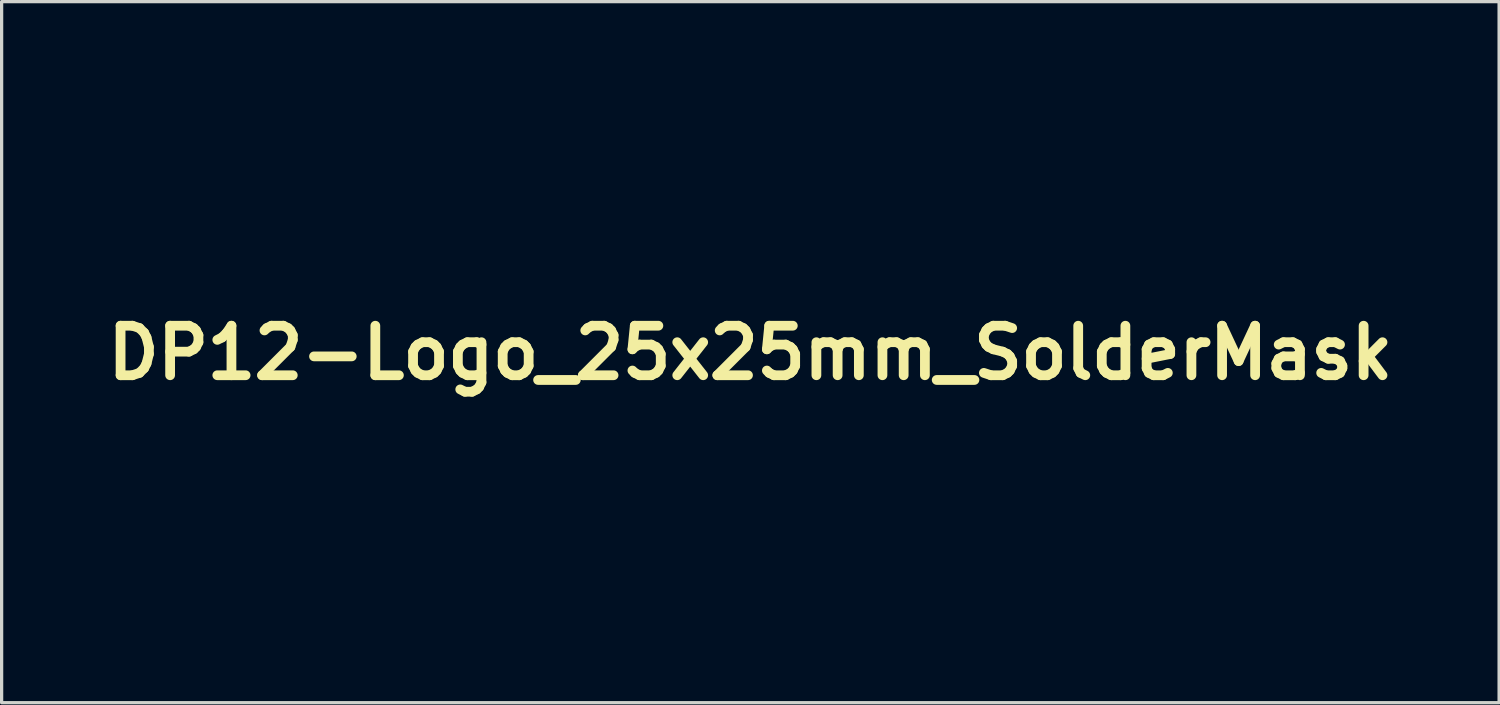
<source format=kicad_pcb>
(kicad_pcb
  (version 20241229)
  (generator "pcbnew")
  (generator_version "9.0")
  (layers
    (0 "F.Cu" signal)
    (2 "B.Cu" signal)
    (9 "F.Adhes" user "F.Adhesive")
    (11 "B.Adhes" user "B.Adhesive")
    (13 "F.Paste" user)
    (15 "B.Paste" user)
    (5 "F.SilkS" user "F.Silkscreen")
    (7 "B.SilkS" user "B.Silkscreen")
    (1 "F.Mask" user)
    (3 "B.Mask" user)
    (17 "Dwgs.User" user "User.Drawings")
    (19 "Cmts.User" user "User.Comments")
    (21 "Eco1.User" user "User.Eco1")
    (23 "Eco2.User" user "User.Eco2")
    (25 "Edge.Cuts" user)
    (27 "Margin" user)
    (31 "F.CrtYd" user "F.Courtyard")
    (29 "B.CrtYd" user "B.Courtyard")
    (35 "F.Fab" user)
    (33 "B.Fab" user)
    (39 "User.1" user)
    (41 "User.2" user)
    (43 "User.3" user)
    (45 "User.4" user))
  (footprint "DP12-Logo_25x25mm_SolderMask"
    (layer "F.Cu")
    (at 20.037 7.806)
    (property "Reference" "DP12-Logo_25x25mm_SolderMask" (at 0 0 0) (layer "F.SilkS") (effects (font (size 1.524 1.524) (thickness 0.3))))
    (attr through_hole)
    (fp_poly (pts (xy 8.439 -6.664) (xy 8.467 -6.524) (xy 8.491 -6.411) (xy 8.596 -6.386) (xy 8.734 -6.408) (xy 8.898 -6.427) (xy 8.964 -6.379) (xy 8.942 -6.235) (xy 8.849 -5.992) (xy 8.847 -5.868) (xy 8.983 -5.77) (xy 9.03 -5.751) (xy 9.235 -5.664) (xy 9.524 -5.534) (xy 9.779 -5.416) (xy 10.096 -5.28) (xy 10.399 -5.169) (xy 10.583 -5.118) (xy 10.854 -5.045) (xy 11.091 -4.95) (xy 11.091 -4.95) (xy 11.187 -4.893) (xy 11.175 -4.866) (xy 11.037 -4.866) (xy 10.76 -4.888) (xy 10.467 -4.909) (xy 10.31 -4.903) (xy 10.257 -4.863) (xy 10.267 -4.804) (xy 10.278 -4.72) (xy 10.188 -4.713) (xy 10.058 -4.746) (xy 9.844 -4.79) (xy 9.527 -4.836) (xy 9.174 -4.873) (xy 9.153 -4.875) (xy 8.752 -4.929) (xy 8.391 -5.014) (xy 8.179 -5.094) (xy 7.85 -5.259) (xy 7.587 -5.013) (xy 7.354 -4.814) (xy 7.069 -4.596) (xy 6.943 -4.507) (xy 6.763 -4.363) (xy 6.49 -4.119) (xy 6.149 -3.797) (xy 5.763 -3.421) (xy 5.354 -3.015) (xy 4.947 -2.602) (xy 4.564 -2.204) (xy 4.228 -1.846) (xy 3.964 -1.551) (xy 3.819 -1.376) (xy 3.618 -1.166) (xy 3.416 -1.037) (xy 3.248 -1) (xy 3.147 -1.066) (xy 3.133 -1.143) (xy 3.091 -1.258) (xy 2.976 -1.229) (xy 2.844 -1.109) (xy 2.667 -0.966) (xy 2.536 -0.906) (xy 2.425 -0.895) (xy 2.437 -0.979) (xy 2.462 -1.029) (xy 2.551 -1.149) (xy 2.733 -1.363) (xy 2.985 -1.644) (xy 3.282 -1.964) (xy 3.375 -2.063) (xy 3.732 -2.446) (xy 4.1 -2.855) (xy 4.435 -3.239) (xy 4.696 -3.553) (xy 4.703 -3.561) (xy 5.009 -3.93) (xy 5.366 -4.343) (xy 5.709 -4.721) (xy 5.778 -4.794) (xy 6.021 -5.053) (xy 6.213 -5.266) (xy 6.328 -5.402) (xy 6.35 -5.436) (xy 6.277 -5.483) (xy 6.094 -5.556) (xy 5.99 -5.59) (xy 5.766 -5.664) (xy 5.621 -5.717) (xy 5.597 -5.729) (xy 5.601 -5.804) (xy 5.702 -5.906) (xy 5.844 -5.99) (xy 5.937 -6.011) (xy 6.077 -6.05) (xy 6.066 -6.161) (xy 5.99 -6.254) (xy 5.937 -6.356) (xy 6.022 -6.462) (xy 6.054 -6.486) (xy 6.307 -6.626) (xy 6.564 -6.647) (xy 6.873 -6.551) (xy 7.014 -6.484) (xy 7.328 -6.337) (xy 7.544 -6.282) (xy 7.711 -6.321) (xy 7.875 -6.456) (xy 7.947 -6.533) (xy 8.152 -6.705) (xy 8.326 -6.749) (xy 8.439 -6.664)) (stroke (width 0.01) (type solid)) (fill yes) (layer "F.Mask"))
    (fp_poly (pts (xy -1.979 0.862) (xy -1.853 0.953) (xy -1.824 1.129) (xy -1.804 1.296) (xy -1.718 1.334) (xy -1.676 1.326) (xy -1.55 1.304) (xy -1.524 1.311) (xy -1.572 1.465) (xy -1.696 1.699) (xy -1.865 1.963) (xy -2.046 2.206) (xy -2.141 2.313) (xy -2.32 2.526) (xy -2.434 2.715) (xy -2.455 2.795) (xy -2.501 2.937) (xy -2.623 3.17) (xy -2.796 3.449) (xy -2.836 3.509) (xy -3.016 3.785) (xy -3.15 4.017) (xy -3.215 4.162) (xy -3.217 4.179) (xy -3.244 4.334) (xy -3.308 4.553) (xy -3.311 4.561) (xy -3.401 4.748) (xy -3.534 4.815) (xy -3.671 4.817) (xy -3.955 4.829) (xy -4.184 4.869) (xy -4.351 4.903) (xy -4.395 4.863) (xy -4.371 4.782) (xy -4.363 4.629) (xy -4.406 4.57) (xy -4.426 4.463) (xy -4.318 4.246) (xy -4.282 4.192) (xy -4.147 3.945) (xy -4.071 3.713) (xy -4.065 3.65) (xy -4.073 3.544) (xy -4.113 3.522) (xy -4.209 3.597) (xy -4.383 3.781) (xy -4.467 3.873) (xy -4.724 4.124) (xy -4.997 4.336) (xy -5.203 4.453) (xy -5.468 4.601) (xy -5.743 4.814) (xy -5.838 4.906) (xy -6.024 5.092) (xy -6.159 5.173) (xy -6.306 5.174) (xy -6.449 5.139) (xy -6.679 5.038) (xy -6.799 4.906) (xy -6.801 4.897) (xy -6.91 4.768) (xy -7.019 4.741) (xy -7.161 4.706) (xy -7.197 4.653) (xy -7.15 4.486) (xy -7.035 4.25) (xy -6.888 4.011) (xy -6.746 3.832) (xy -6.703 3.794) (xy -6.47 3.529) (xy -6.368 3.168) (xy -6.365 3.027) (xy -6.325 2.754) (xy -6.166 2.473) (xy -6.113 2.403) (xy -5.918 2.113) (xy -5.752 1.789) (xy -5.715 1.696) (xy -5.571 1.379) (xy -5.393 1.122) (xy -5.213 0.963) (xy -5.111 0.931) (xy -4.986 0.998) (xy -4.917 1.089) (xy -4.782 1.207) (xy -4.618 1.207) (xy -4.421 1.215) (xy -4.343 1.322) (xy -4.389 1.502) (xy -4.551 1.72) (xy -4.836 2.073) (xy -4.976 2.38) (xy -4.995 2.539) (xy -5.034 2.739) (xy -5.127 2.972) (xy -5.129 2.975) (xy -5.208 3.158) (xy -5.228 3.265) (xy -5.225 3.27) (xy -5.126 3.261) (xy -4.927 3.178) (xy -4.666 3.042) (xy -4.383 2.875) (xy -4.117 2.699) (xy -3.923 2.549) (xy -3.488 2.165) (xy -3.144 1.843) (xy -2.847 1.542) (xy -2.836 1.531) (xy -2.531 1.215) (xy -2.312 1.01) (xy -2.155 0.897) (xy -2.037 0.858) (xy -1.979 0.862)) (stroke (width 0.01) (type solid)) (fill yes) (layer "F.Mask"))
    (fp_poly (pts (xy -3.253 -7.138) (xy -3.181 -7.114) (xy -2.959 -7.024) (xy -2.888 -6.936) (xy -2.95 -6.822) (xy -2.98 -6.79) (xy -3.03 -6.708) (xy -2.938 -6.689) (xy -2.815 -6.663) (xy -2.794 -6.637) (xy -2.844 -6.534) (xy -2.977 -6.331) (xy -3.171 -6.062) (xy -3.402 -5.757) (xy -3.646 -5.45) (xy -3.812 -5.249) (xy -4.037 -4.968) (xy -4.237 -4.689) (xy -4.359 -4.487) (xy -4.545 -4.155) (xy -4.777 -3.786) (xy -5.023 -3.423) (xy -5.254 -3.113) (xy -5.438 -2.899) (xy -5.46 -2.879) (xy -5.743 -2.554) (xy -5.882 -2.214) (xy -5.895 -1.805) (xy -5.887 -1.724) (xy -5.859 -1.463) (xy -5.868 -1.327) (xy -5.927 -1.277) (xy -6.026 -1.269) (xy -6.265 -1.248) (xy -6.392 -1.223) (xy -6.586 -1.236) (xy -6.752 -1.314) (xy -6.891 -1.471) (xy -6.941 -1.71) (xy -6.943 -1.783) (xy -6.959 -1.993) (xy -7.001 -2.109) (xy -7.017 -2.117) (xy -7.127 -2.078) (xy -7.33 -1.98) (xy -7.481 -1.899) (xy -7.757 -1.772) (xy -7.973 -1.725) (xy -8.03 -1.732) (xy -8.229 -1.741) (xy -8.41 -1.699) (xy -8.672 -1.675) (xy -8.972 -1.753) (xy -9.235 -1.91) (xy -9.309 -1.985) (xy -9.451 -2.095) (xy -9.529 -2.117) (xy -9.714 -2.193) (xy -9.849 -2.392) (xy -9.906 -2.666) (xy -9.906 -2.683) (xy -9.888 -2.771) (xy -8.667 -2.771) (xy -8.661 -2.677) (xy -8.525 -2.629) (xy -8.335 -2.635) (xy -8.189 -2.689) (xy -8.17 -2.709) (xy -8.052 -2.778) (xy -7.933 -2.795) (xy -7.724 -2.834) (xy -7.504 -2.922) (xy -7.266 -3.013) (xy -7.06 -3.048) (xy -6.906 -3.078) (xy -6.858 -3.133) (xy -6.927 -3.206) (xy -6.995 -3.217) (xy -7.085 -3.24) (xy -7.037 -3.332) (xy -7.027 -3.344) (xy -6.978 -3.432) (xy -7.053 -3.467) (xy -7.181 -3.471) (xy -7.381 -3.496) (xy -7.493 -3.556) (xy -7.47 -3.626) (xy -7.392 -3.643) (xy -7.224 -3.678) (xy -6.982 -3.764) (xy -6.879 -3.808) (xy -6.625 -3.967) (xy -6.516 -4.135) (xy -6.558 -4.29) (xy -6.737 -4.405) (xy -6.975 -4.437) (xy -7.22 -4.339) (xy -7.5 -4.1) (xy -7.548 -4.05) (xy -7.727 -3.894) (xy -7.884 -3.813) (xy -7.908 -3.81) (xy -8.026 -3.747) (xy -8.043 -3.686) (xy -8.111 -3.551) (xy -8.212 -3.471) (xy -8.341 -3.355) (xy -8.48 -3.165) (xy -8.598 -2.952) (xy -8.667 -2.771) (xy -9.888 -2.771) (xy -9.829 -3.048) (xy -9.621 -3.406) (xy -9.315 -3.714) (xy -9.063 -3.871) (xy -8.774 -4.041) (xy -8.458 -4.267) (xy -8.297 -4.4) (xy -7.696 -4.84) (xy -7.053 -5.116) (xy -6.388 -5.231) (xy -6.012 -5.237) (xy -5.768 -5.186) (xy -5.622 -5.056) (xy -5.54 -4.822) (xy -5.508 -4.628) (xy -5.461 -4.276) (xy -5.216 -4.699) (xy -5.032 -4.986) (xy -4.834 -5.25) (xy -4.735 -5.36) (xy -4.581 -5.544) (xy -4.381 -5.825) (xy -4.171 -6.149) (xy -4.111 -6.249) (xy -3.876 -6.642) (xy -3.707 -6.91) (xy -3.582 -7.074) (xy -3.479 -7.153) (xy -3.376 -7.167) (xy -3.253 -7.138)) (stroke (width 0.01) (type solid)) (fill yes) (layer "F.Mask"))
    (fp_poly (pts (xy -7.236 -0.198) (xy -7.024 -0.082) (xy -7.006 -0.071) (xy -6.787 0.108) (xy -6.642 0.345) (xy -6.565 0.563) (xy -6.461 0.993) (xy -6.446 1.295) (xy -6.52 1.484) (xy -6.55 1.515) (xy -6.629 1.634) (xy -6.742 1.871) (xy -6.87 2.187) (xy -6.933 2.357) (xy -7.177 2.98) (xy -7.419 3.466) (xy -7.682 3.848) (xy -7.987 4.158) (xy -8.284 4.381) (xy -8.708 4.628) (xy -9.054 4.738) (xy -9.337 4.713) (xy -9.577 4.556) (xy -9.604 4.527) (xy -9.802 4.314) (xy -9.895 4.837) (xy -9.945 5.154) (xy -10.004 5.573) (xy -10.061 6.024) (xy -10.089 6.258) (xy -10.149 6.696) (xy -10.213 7.015) (xy -10.278 7.194) (xy -10.302 7.222) (xy -10.403 7.348) (xy -10.414 7.402) (xy -10.473 7.548) (xy -10.534 7.614) (xy -10.65 7.664) (xy -10.73 7.579) (xy -10.797 7.498) (xy -10.892 7.52) (xy -11.025 7.617) (xy -11.212 7.752) (xy -11.298 7.761) (xy -11.309 7.629) (xy -11.289 7.472) (xy -11.235 7.162) (xy -11.169 6.86) (xy -11.168 6.858) (xy -11.139 6.679) (xy -11.105 6.364) (xy -11.068 5.947) (xy -11.032 5.461) (xy -11.003 4.995) (xy -10.957 4.306) (xy -10.906 3.766) (xy -10.85 3.383) (xy -10.791 3.164) (xy -10.79 3.16) (xy -10.716 2.967) (xy -10.736 2.835) (xy -10.863 2.677) (xy -10.865 2.675) (xy -11.004 2.452) (xy -11.033 2.378) (xy -9.36 2.378) (xy -9.355 2.502) (xy -9.263 2.639) (xy -9.141 2.709) (xy -9.134 2.709) (xy -9.072 2.639) (xy -9.059 2.549) (xy -9.112 2.404) (xy -9.228 2.327) (xy -9.342 2.355) (xy -9.36 2.378) (xy -11.033 2.378) (xy -11.14 2.1) (xy -11.192 1.918) (xy -9.216 1.918) (xy -9.174 2.013) (xy -9.059 2.097) (xy -8.926 2.229) (xy -8.89 2.329) (xy -8.845 2.443) (xy -8.733 2.42) (xy -8.636 2.328) (xy -8.472 2.227) (xy -8.329 2.201) (xy -8.223 2.21) (xy -8.213 2.255) (xy -8.31 2.363) (xy -8.463 2.504) (xy -8.727 2.782) (xy -8.857 3.01) (xy -8.846 3.175) (xy -8.793 3.227) (xy -8.555 3.296) (xy -8.297 3.206) (xy -8.161 3.104) (xy -8.017 2.941) (xy -7.921 2.722) (xy -7.851 2.39) (xy -7.847 2.363) (xy -7.796 1.961) (xy -7.766 1.565) (xy -7.757 1.214) (xy -7.769 0.947) (xy -7.805 0.804) (xy -7.81 0.797) (xy -7.931 0.785) (xy -8.139 0.86) (xy -8.393 0.999) (xy -8.653 1.175) (xy -8.879 1.365) (xy -9.025 1.536) (xy -9.167 1.774) (xy -9.216 1.918) (xy -11.192 1.918) (xy -11.227 1.792) (xy -11.391 1.124) (xy -10.881 0.89) (xy -10.607 0.765) (xy -10.39 0.668) (xy -10.283 0.622) (xy -10.199 0.671) (xy -10.091 0.833) (xy -10.044 0.929) (xy -9.941 1.135) (xy -9.858 1.256) (xy -9.836 1.269) (xy -9.759 1.204) (xy -9.635 1.043) (xy -9.593 0.98) (xy -9.402 0.743) (xy -9.155 0.508) (xy -9.085 0.452) (xy -8.881 0.292) (xy -8.737 0.163) (xy -8.705 0.128) (xy -8.547 -0.096) (xy -8.434 -0.202) (xy -8.32 -0.216) (xy -8.168 -0.168) (xy -7.907 -0.115) (xy -7.618 -0.17) (xy -7.616 -0.171) (xy -7.405 -0.223) (xy -7.236 -0.198)) (stroke (width 0.01) (type solid)) (fill yes) (layer "F.Mask"))
    (fp_poly (pts (xy 7.13 -2.94) (xy 7.18 -2.843) (xy 7.196 -2.63) (xy 7.197 -2.54) (xy 7.211 -2.256) (xy 7.259 -2.134) (xy 7.345 -2.169) (xy 7.437 -2.296) (xy 7.549 -2.414) (xy 7.639 -2.385) (xy 7.672 -2.265) (xy 7.615 -2.04) (xy 7.548 -1.873) (xy 7.445 -1.609) (xy 7.379 -1.393) (xy 7.366 -1.311) (xy 7.315 -1.169) (xy 7.186 -0.959) (xy 7.08 -0.819) (xy 6.906 -0.561) (xy 6.785 -0.301) (xy 6.756 -0.191) (xy 6.739 -0.004) (xy 6.747 0.084) (xy 6.749 0.085) (xy 6.836 0.05) (xy 7.02 -0.038) (xy 7.112 -0.085) (xy 7.377 -0.192) (xy 7.626 -0.25) (xy 7.68 -0.253) (xy 7.869 -0.276) (xy 8.165 -0.338) (xy 8.514 -0.427) (xy 8.636 -0.462) (xy 9.067 -0.579) (xy 9.534 -0.694) (xy 9.945 -0.782) (xy 9.984 -0.789) (xy 10.613 -0.907) (xy 10.303 -0.623) (xy 10.04 -0.424) (xy 9.791 -0.344) (xy 9.69 -0.339) (xy 9.358 -0.262) (xy 8.978 -0.036) (xy 8.618 0.275) (xy 8.464 0.39) (xy 8.366 0.423) (xy 8.256 0.463) (xy 8.033 0.571) (xy 7.731 0.73) (xy 7.427 0.898) (xy 6.589 1.373) (xy 6.848 1.64) (xy 7.026 1.847) (xy 7.248 2.136) (xy 7.467 2.445) (xy 7.473 2.455) (xy 7.672 2.734) (xy 7.859 2.938) (xy 8.083 3.111) (xy 8.393 3.294) (xy 8.547 3.377) (xy 8.873 3.554) (xy 9.069 3.675) (xy 9.154 3.758) (xy 9.15 3.819) (xy 9.11 3.857) (xy 8.905 3.921) (xy 8.55 3.923) (xy 8.445 3.915) (xy 8.132 3.874) (xy 7.929 3.807) (xy 7.778 3.689) (xy 7.723 3.628) (xy 7.536 3.467) (xy 7.244 3.321) (xy 6.825 3.175) (xy 6.462 3.05) (xy 6.127 2.908) (xy 5.88 2.777) (xy 5.842 2.751) (xy 5.651 2.62) (xy 5.518 2.546) (xy 5.496 2.54) (xy 5.415 2.597) (xy 5.246 2.749) (xy 5.017 2.97) (xy 4.877 3.111) (xy 4.539 3.484) (xy 4.327 3.789) (xy 4.23 4.022) (xy 4.05 4.619) (xy 3.843 5.101) (xy 3.583 5.52) (xy 3.316 5.849) (xy 2.958 6.266) (xy 2.708 6.597) (xy 2.547 6.87) (xy 2.46 7.101) (xy 2.404 7.232) (xy 2.356 7.236) (xy 2.303 7.099) (xy 2.251 6.911) (xy 2.204 6.749) (xy 2.151 6.735) (xy 2.073 6.826) (xy 1.98 6.92) (xy 1.95 6.867) (xy 1.885 6.723) (xy 1.809 6.648) (xy 1.753 6.587) (xy 1.753 6.498) (xy 1.819 6.351) (xy 1.965 6.118) (xy 2.115 5.895) (xy 2.283 5.623) (xy 2.479 5.264) (xy 2.688 4.852) (xy 2.895 4.42) (xy 3.083 4.002) (xy 3.238 3.63) (xy 3.345 3.339) (xy 3.387 3.161) (xy 3.387 3.155) (xy 3.325 3.056) (xy 3.288 3.048) (xy 3.18 3.105) (xy 2.992 3.254) (xy 2.758 3.462) (xy 2.511 3.696) (xy 2.288 3.924) (xy 2.121 4.114) (xy 2.045 4.232) (xy 2.044 4.233) (xy 1.908 4.478) (xy 1.67 4.63) (xy 1.511 4.657) (xy 1.338 4.63) (xy 1.27 4.568) (xy 1.202 4.506) (xy 1.122 4.505) (xy 1.011 4.453) (xy 0.953 4.272) (xy 0.948 3.996) (xy 0.996 3.657) (xy 1.096 3.297) (xy 1.216 2.919) (xy 1.264 2.677) (xy 1.243 2.559) (xy 1.197 2.54) (xy 1.096 2.59) (xy 0.916 2.717) (xy 0.699 2.887) (xy 0.488 3.064) (xy 0.326 3.214) (xy 0.254 3.303) (xy 0.254 3.307) (xy 0.195 3.412) (xy 0.039 3.595) (xy -0.179 3.821) (xy -0.427 4.06) (xy -0.671 4.279) (xy -0.877 4.446) (xy -1.012 4.528) (xy -1.016 4.53) (xy -1.254 4.62) (xy -1.397 4.695) (xy -1.602 4.783) (xy -1.849 4.842) (xy -2.039 4.86) (xy -2.107 4.808) (xy -2.098 4.65) (xy -2.095 4.632) (xy -2.095 4.437) (xy -2.185 4.348) (xy -2.214 4.339) (xy -2.321 4.301) (xy -2.353 4.24) (xy -2.302 4.125) (xy -2.158 3.928) (xy -2.032 3.768) (xy -1.857 3.535) (xy -1.735 3.347) (xy -1.694 3.255) (xy -1.651 3.14) (xy -1.538 2.936) (xy -1.422 2.747) (xy -1.241 2.454) (xy -1.078 2.162) (xy -1.007 2.022) (xy -0.87 1.762) (xy -0.686 1.464) (xy -0.487 1.17) (xy -0.3 0.923) (xy -0.156 0.764) (xy -0.12 0.737) (xy 0.041 0.73) (xy 0.216 0.835) (xy 0.354 1.008) (xy 0.403 1.185) (xy 0.365 1.403) (xy 0.272 1.658) (xy 0.256 1.693) (xy 0.136 1.991) (xy 0.05 2.305) (xy 0.048 2.316) (xy -0.011 2.642) (xy 0.481 2.292) (xy 0.907 1.977) (xy 1.378 1.607) (xy 1.845 1.223) (xy 2.257 0.865) (xy 2.484 0.656) (xy 2.679 0.479) (xy 2.828 0.364) (xy 2.88 0.339) (xy 2.961 0.405) (xy 3.082 0.57) (xy 3.124 0.64) (xy 3.258 1.014) (xy 3.226 1.386) (xy 3.031 1.742) (xy 2.911 1.872) (xy 2.696 2.131) (xy 2.624 2.345) (xy 2.681 2.483) (xy 2.781 2.475) (xy 2.983 2.392) (xy 3.248 2.255) (xy 3.54 2.086) (xy 3.82 1.904) (xy 4.051 1.733) (xy 4.125 1.668) (xy 4.29 1.506) (xy 4.343 1.412) (xy 4.296 1.341) (xy 4.225 1.289) (xy 4.052 1.167) (xy 4.236 0.971) (xy 4.347 0.808) (xy 4.364 0.683) (xy 4.361 0.679) (xy 4.319 0.475) (xy 4.413 0.284) (xy 4.616 0.154) (xy 4.689 0.134) (xy 4.842 0.087) (xy 4.982 -0.01) (xy 5.138 -0.187) (xy 5.339 -0.472) (xy 5.412 -0.582) (xy 5.631 -0.902) (xy 5.844 -1.189) (xy 6.016 -1.397) (xy 6.066 -1.448) (xy 6.411 -1.856) (xy 6.677 -2.344) (xy 6.77 -2.613) (xy 6.859 -2.852) (xy 6.968 -2.954) (xy 7.031 -2.963) (xy 7.13 -2.94)) (stroke (width 0.01) (type solid)) (fill yes) (layer "F.Mask"))
    (fp_poly (pts (xy 4.84 -7.742) (xy 4.874 -7.565) (xy 4.857 -7.476) (xy 4.868 -7.279) (xy 4.951 -7.085) (xy 5.033 -6.924) (xy 5.044 -6.757) (xy 4.986 -6.511) (xy 4.985 -6.505) (xy 4.859 -6.166) (xy 4.714 -5.93) (xy 4.568 -5.821) (xy 4.503 -5.823) (xy 4.359 -5.801) (xy 4.249 -5.73) (xy 4.063 -5.603) (xy 3.86 -5.506) (xy 3.627 -5.455) (xy 3.521 -5.51) (xy 3.554 -5.651) (xy 3.673 -5.797) (xy 3.84 -6.031) (xy 3.894 -6.32) (xy 3.895 -6.36) (xy 3.884 -6.577) (xy 3.835 -6.668) (xy 3.722 -6.675) (xy 3.711 -6.673) (xy 3.59 -6.613) (xy 3.467 -6.45) (xy 3.324 -6.158) (xy 3.28 -6.054) (xy 3.138 -5.74) (xy 2.999 -5.47) (xy 2.89 -5.3) (xy 2.883 -5.292) (xy 2.776 -5.138) (xy 2.643 -4.906) (xy 2.512 -4.652) (xy 2.412 -4.431) (xy 2.371 -4.297) (xy 2.371 -4.295) (xy 2.439 -4.271) (xy 2.622 -4.314) (xy 2.886 -4.413) (xy 3.197 -4.553) (xy 3.521 -4.72) (xy 3.686 -4.816) (xy 4.078 -5.029) (xy 4.35 -5.126) (xy 4.457 -5.127) (xy 4.648 -5.126) (xy 4.907 -5.179) (xy 4.997 -5.208) (xy 5.288 -5.302) (xy 5.437 -5.324) (xy 5.458 -5.274) (xy 5.368 -5.156) (xy 5.167 -4.979) (xy 4.929 -4.835) (xy 4.705 -4.745) (xy 4.543 -4.734) (xy 4.51 -4.752) (xy 4.388 -4.768) (xy 4.168 -4.66) (xy 4.078 -4.6) (xy 3.833 -4.414) (xy 3.738 -4.295) (xy 3.789 -4.24) (xy 3.864 -4.233) (xy 3.939 -4.206) (xy 3.892 -4.137) (xy 3.757 -4.048) (xy 3.569 -3.96) (xy 3.364 -3.893) (xy 3.26 -3.873) (xy 2.933 -3.805) (xy 2.565 -3.688) (xy 2.204 -3.543) (xy 1.9 -3.39) (xy 1.704 -3.249) (xy 1.685 -3.228) (xy 1.589 -3.063) (xy 1.467 -2.788) (xy 1.342 -2.456) (xy 1.311 -2.367) (xy 1.175 -1.993) (xy 1.044 -1.735) (xy 0.892 -1.544) (xy 0.761 -1.428) (xy 0.442 -1.096) (xy 0.285 -0.744) (xy 0.284 -0.423) (xy 0.302 -0.244) (xy 0.242 -0.176) (xy 0.169 -0.169) (xy -0.011 -0.127) (xy -0.238 -0.022) (xy -0.272 -0.001) (xy -0.455 0.102) (xy -0.547 0.115) (xy -0.6 0.041) (xy -0.608 0.02) (xy -0.659 -0.069) (xy -0.701 -0.009) (xy -0.725 0.064) (xy -0.791 0.215) (xy -0.895 0.233) (xy -0.993 0.199) (xy -1.027 0.12) (xy -0.974 -0.065) (xy -0.845 -0.341) (xy -0.727 -0.59) (xy -0.589 -0.903) (xy -0.448 -1.24) (xy -0.32 -1.559) (xy -0.223 -1.819) (xy -0.173 -1.978) (xy -0.169 -2.001) (xy -0.229 -2.006) (xy -0.383 -1.932) (xy -0.588 -1.807) (xy -0.805 -1.656) (xy -0.992 -1.504) (xy -1.058 -1.44) (xy -1.278 -1.239) (xy -1.52 -1.065) (xy -1.731 -0.954) (xy -1.823 -0.931) (xy -1.847 -1.008) (xy -1.856 -1.21) (xy -1.849 -1.482) (xy -1.842 -1.816) (xy -1.867 -1.988) (xy -1.928 -2.003) (xy -2.027 -1.866) (xy -2.068 -1.79) (xy -2.236 -1.582) (xy -2.435 -1.448) (xy -2.655 -1.3) (xy -2.818 -1.109) (xy -2.928 -0.965) (xy -3.079 -0.88) (xy -3.327 -0.828) (xy -3.439 -0.814) (xy -3.749 -0.791) (xy -3.944 -0.817) (xy -4.062 -0.887) (xy -4.239 -0.992) (xy -4.349 -1.016) (xy -4.574 -1.094) (xy -4.771 -1.305) (xy -4.917 -1.611) (xy -4.961 -1.827) (xy -4.089 -1.827) (xy -3.973 -1.702) (xy -3.957 -1.695) (xy -3.796 -1.635) (xy -3.73 -1.614) (xy -3.645 -1.652) (xy -3.453 -1.756) (xy -3.193 -1.906) (xy -3.138 -1.939) (xy -2.915 -2.088) (xy -2.688 -2.265) (xy -2.482 -2.446) (xy -2.32 -2.61) (xy -2.225 -2.732) (xy -2.22 -2.789) (xy -2.294 -2.774) (xy -2.477 -2.7) (xy -2.561 -2.666) (xy -2.685 -2.655) (xy -2.709 -2.7) (xy -2.783 -2.766) (xy -2.96 -2.794) (xy -2.963 -2.794) (xy -3.162 -2.817) (xy -3.199 -2.886) (xy -3.074 -3.003) (xy -2.942 -3.084) (xy -2.609 -3.305) (xy -2.388 -3.512) (xy -2.286 -3.69) (xy -2.312 -3.821) (xy -2.473 -3.889) (xy -2.568 -3.895) (xy -2.746 -3.875) (xy -2.885 -3.791) (xy -3.033 -3.607) (xy -3.108 -3.493) (xy -3.305 -3.168) (xy -3.507 -2.805) (xy -3.587 -2.651) (xy -3.727 -2.399) (xy -3.855 -2.21) (xy -3.921 -2.143) (xy -4.07 -1.991) (xy -4.089 -1.827) (xy -4.961 -1.827) (xy -4.991 -1.975) (xy -4.995 -2.09) (xy -4.982 -2.242) (xy -4.925 -2.383) (xy -4.804 -2.546) (xy -4.594 -2.763) (xy -4.359 -2.986) (xy -4.096 -3.242) (xy -3.888 -3.463) (xy -3.763 -3.619) (xy -3.739 -3.674) (xy -3.691 -3.776) (xy -3.552 -3.962) (xy -3.349 -4.195) (xy -3.295 -4.252) (xy -3.044 -4.505) (xy -2.867 -4.645) (xy -2.732 -4.695) (xy -2.645 -4.687) (xy -2.442 -4.689) (xy -2.327 -4.742) (xy -2.15 -4.802) (xy -1.895 -4.797) (xy -1.637 -4.737) (xy -1.474 -4.65) (xy -1.371 -4.485) (xy -1.355 -4.392) (xy -1.33 -4.257) (xy -1.252 -4.266) (xy -1.117 -4.424) (xy -0.941 -4.695) (xy -0.722 -5.037) (xy -0.563 -5.234) (xy -0.453 -5.297) (xy -0.381 -5.236) (xy -0.373 -5.217) (xy -0.246 -5.109) (xy -0.047 -5.08) (xy 0.156 -5.066) (xy 0.273 -5.032) (xy 0.275 -5.03) (xy 0.254 -4.943) (xy 0.149 -4.764) (xy -0.008 -4.544) (xy -0.219 -4.213) (xy -0.414 -3.82) (xy -0.515 -3.556) (xy -0.609 -3.263) (xy -0.687 -3.028) (xy -0.73 -2.906) (xy -0.709 -2.842) (xy -0.564 -2.864) (xy -0.313 -2.969) (xy 0.026 -3.148) (xy 0.106 -3.194) (xy 0.412 -3.398) (xy 0.567 -3.562) (xy 0.593 -3.649) (xy 0.674 -3.964) (xy 0.911 -4.304) (xy 1.212 -4.59) (xy 1.442 -4.813) (xy 1.692 -5.106) (xy 1.936 -5.433) (xy 2.148 -5.754) (xy 2.301 -6.032) (xy 2.369 -6.23) (xy 2.371 -6.25) (xy 2.444 -6.418) (xy 2.643 -6.614) (xy 2.708 -6.662) (xy 2.953 -6.881) (xy 3.046 -7.078) (xy 3.046 -7.089) (xy 3.096 -7.235) (xy 3.261 -7.373) (xy 3.45 -7.476) (xy 3.705 -7.584) (xy 3.915 -7.641) (xy 3.992 -7.643) (xy 4.159 -7.653) (xy 4.389 -7.719) (xy 4.432 -7.736) (xy 4.689 -7.801) (xy 4.84 -7.742)) (stroke (width 0.01) (type solid)) (fill yes) (layer "F.Mask")))
  (gr_rect
    (start -3 -3)
    (end 43.074 18.571)
    (stroke (width 0.1) (type default))
    (fill no)
    (layer "Edge.Cuts")))
</source>
